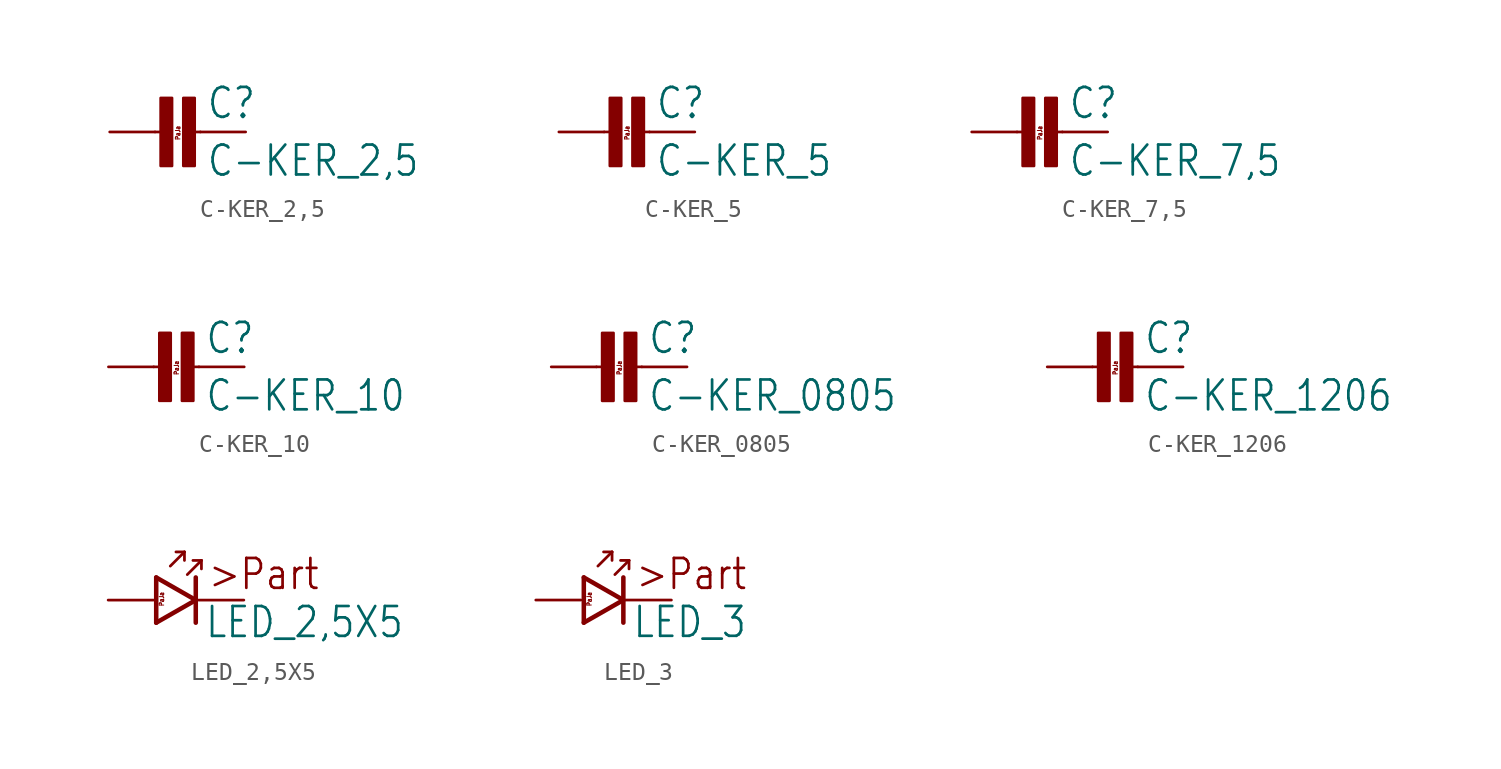
<source format=kicad_sym>
(kicad_symbol_lib
  (version 20211014)
  (generator kicad_symbol_editor)
  (symbol "C-KER_2,5"
    (property "Reference" "C"
      (at 0.318 0.635 0)
      (effects (font (size 1.676 1.425)) (justify left bottom)))
    (property "Value" "C-KER_2,5"
      (at 0.318 -0.635 0)
      (effects (font (size 1.676 1.425)) (justify left top)))
    (property "ki_locked" ""
      (at 0 0 0)
      (effects (font (size 1.27 1.27))))
    (symbol "C-KER_2,5_1_0"
      (rectangle (start -2.223 -1.905) (end -1.587 1.905) (stroke (width 0) (type default) (color 0 0 0 0)) (fill (type outline)))
      (rectangle (start -0.953 -1.905) (end -0.318 1.905) (stroke (width 0) (type default) (color 0 0 0 0)) (fill (type outline)))
      (polyline (pts (xy -2.54 0) (xy -2.064 0)) (stroke (width 0.152) (type default) (color 0 0 0 0)) (fill (type none)))
      (polyline (pts (xy -0.476 0) (xy 0 0)) (stroke (width 0.152) (type default) (color 0 0 0 0)) (fill (type none)))
      (text "PaJa" (at -1.111 -0.479 900) (effects (font (size 0.254 0.216)) (justify left bottom)))
      (pin passive line (at -5.08 0 0) (length 2.54) (name "1" (effects (font (size 0 0)))) (number "1" (effects (font (size 0 0)))))
      (pin passive line (at 2.54 0 180) (length 2.54) (name "2" (effects (font (size 0 0)))) (number "2" (effects (font (size 0 0)))))))
  (symbol "C-KER_5"
    (property "Reference" "C"
      (at 0.318 0.635 0)
      (effects (font (size 1.676 1.425)) (justify left bottom)))
    (property "Value" "C-KER_5"
      (at 0.318 -0.635 0)
      (effects (font (size 1.676 1.425)) (justify left top)))
    (property "ki_locked" ""
      (at 0 0 0)
      (effects (font (size 1.27 1.27))))
    (symbol "C-KER_5_1_0"
      (rectangle (start -2.223 -1.905) (end -1.587 1.905) (stroke (width 0) (type default) (color 0 0 0 0)) (fill (type outline)))
      (rectangle (start -0.953 -1.905) (end -0.318 1.905) (stroke (width 0) (type default) (color 0 0 0 0)) (fill (type outline)))
      (polyline (pts (xy -2.54 0) (xy -2.064 0)) (stroke (width 0.152) (type default) (color 0 0 0 0)) (fill (type none)))
      (polyline (pts (xy -0.476 0) (xy 0 0)) (stroke (width 0.152) (type default) (color 0 0 0 0)) (fill (type none)))
      (text "PaJa" (at -1.111 -0.479 900) (effects (font (size 0.254 0.216)) (justify left bottom)))
      (pin passive line (at -5.08 0 0) (length 2.54) (name "1" (effects (font (size 0 0)))) (number "1" (effects (font (size 0 0)))))
      (pin passive line (at 2.54 0 180) (length 2.54) (name "2" (effects (font (size 0 0)))) (number "2" (effects (font (size 0 0)))))))
  (symbol "C-KER_7,5"
    (property "Reference" "C"
      (at 0.318 0.635 0)
      (effects (font (size 1.676 1.425)) (justify left bottom)))
    (property "Value" "C-KER_7,5"
      (at 0.318 -0.635 0)
      (effects (font (size 1.676 1.425)) (justify left top)))
    (property "ki_locked" ""
      (at 0 0 0)
      (effects (font (size 1.27 1.27))))
    (symbol "C-KER_7,5_1_0"
      (rectangle (start -2.223 -1.905) (end -1.587 1.905) (stroke (width 0) (type default) (color 0 0 0 0)) (fill (type outline)))
      (rectangle (start -0.953 -1.905) (end -0.318 1.905) (stroke (width 0) (type default) (color 0 0 0 0)) (fill (type outline)))
      (polyline (pts (xy -2.54 0) (xy -2.064 0)) (stroke (width 0.152) (type default) (color 0 0 0 0)) (fill (type none)))
      (polyline (pts (xy -0.476 0) (xy 0 0)) (stroke (width 0.152) (type default) (color 0 0 0 0)) (fill (type none)))
      (text "PaJa" (at -1.111 -0.479 900) (effects (font (size 0.254 0.216)) (justify left bottom)))
      (pin passive line (at -5.08 0 0) (length 2.54) (name "1" (effects (font (size 0 0)))) (number "1" (effects (font (size 0 0)))))
      (pin passive line (at 2.54 0 180) (length 2.54) (name "2" (effects (font (size 0 0)))) (number "2" (effects (font (size 0 0)))))))
  (symbol "C-KER_10"
    (property "Reference" "C"
      (at 0.318 0.635 0)
      (effects (font (size 1.676 1.425)) (justify left bottom)))
    (property "Value" "C-KER_10"
      (at 0.318 -0.635 0)
      (effects (font (size 1.676 1.425)) (justify left top)))
    (property "ki_locked" ""
      (at 0 0 0)
      (effects (font (size 1.27 1.27))))
    (symbol "C-KER_10_1_0"
      (rectangle (start -2.223 -1.905) (end -1.587 1.905) (stroke (width 0) (type default) (color 0 0 0 0)) (fill (type outline)))
      (rectangle (start -0.953 -1.905) (end -0.318 1.905) (stroke (width 0) (type default) (color 0 0 0 0)) (fill (type outline)))
      (polyline (pts (xy -2.54 0) (xy -2.064 0)) (stroke (width 0.152) (type default) (color 0 0 0 0)) (fill (type none)))
      (polyline (pts (xy -0.476 0) (xy 0 0)) (stroke (width 0.152) (type default) (color 0 0 0 0)) (fill (type none)))
      (text "PaJa" (at -1.111 -0.479 900) (effects (font (size 0.254 0.216)) (justify left bottom)))
      (pin passive line (at -5.08 0 0) (length 2.54) (name "1" (effects (font (size 0 0)))) (number "1" (effects (font (size 0 0)))))
      (pin passive line (at 2.54 0 180) (length 2.54) (name "2" (effects (font (size 0 0)))) (number "2" (effects (font (size 0 0)))))))
  (symbol "C-KER_0805"
    (property "Reference" "C"
      (at 0.318 0.635 0)
      (effects (font (size 1.676 1.425)) (justify left bottom)))
    (property "Value" "C-KER_0805"
      (at 0.318 -0.635 0)
      (effects (font (size 1.676 1.425)) (justify left top)))
    (property "ki_locked" ""
      (at 0 0 0)
      (effects (font (size 1.27 1.27))))
    (symbol "C-KER_0805_1_0"
      (rectangle (start -2.223 -1.905) (end -1.587 1.905) (stroke (width 0) (type default) (color 0 0 0 0)) (fill (type outline)))
      (rectangle (start -0.953 -1.905) (end -0.318 1.905) (stroke (width 0) (type default) (color 0 0 0 0)) (fill (type outline)))
      (polyline (pts (xy -2.54 0) (xy -2.064 0)) (stroke (width 0.152) (type default) (color 0 0 0 0)) (fill (type none)))
      (polyline (pts (xy -0.476 0) (xy 0 0)) (stroke (width 0.152) (type default) (color 0 0 0 0)) (fill (type none)))
      (text "PaJa" (at -1.111 -0.479 900) (effects (font (size 0.254 0.216)) (justify left bottom)))
      (pin passive line (at -5.08 0 0) (length 2.54) (name "1" (effects (font (size 0 0)))) (number "1" (effects (font (size 0 0)))))
      (pin passive line (at 2.54 0 180) (length 2.54) (name "2" (effects (font (size 0 0)))) (number "2" (effects (font (size 0 0)))))))
  (symbol "C-KER_1206"
    (property "Reference" "C"
      (at 0.318 0.635 0)
      (effects (font (size 1.676 1.425)) (justify left bottom)))
    (property "Value" "C-KER_1206"
      (at 0.318 -0.635 0)
      (effects (font (size 1.676 1.425)) (justify left top)))
    (property "ki_locked" ""
      (at 0 0 0)
      (effects (font (size 1.27 1.27))))
    (symbol "C-KER_1206_1_0"
      (rectangle (start -2.223 -1.905) (end -1.587 1.905) (stroke (width 0) (type default) (color 0 0 0 0)) (fill (type outline)))
      (rectangle (start -0.953 -1.905) (end -0.318 1.905) (stroke (width 0) (type default) (color 0 0 0 0)) (fill (type outline)))
      (polyline (pts (xy -2.54 0) (xy -2.064 0)) (stroke (width 0.152) (type default) (color 0 0 0 0)) (fill (type none)))
      (polyline (pts (xy -0.476 0) (xy 0 0)) (stroke (width 0.152) (type default) (color 0 0 0 0)) (fill (type none)))
      (text "PaJa" (at -1.111 -0.479 900) (effects (font (size 0.254 0.216)) (justify left bottom)))
      (pin passive line (at -5.08 0 0) (length 2.54) (name "1" (effects (font (size 0 0)))) (number "1" (effects (font (size 0 0)))))
      (pin passive line (at 2.54 0 180) (length 2.54) (name "2" (effects (font (size 0 0)))) (number "2" (effects (font (size 0 0)))))))
  (symbol "LED_2,5X5"
    (property "Reference" "D"
      (at 0 0 0)
      (effects (font (size 1.27 1.27)) hide))
    (property "Value" "LED_2,5X5"
      (at 2.857 -2.222 0)
      (effects (font (size 1.676 1.425)) (justify left bottom)))
    (property "ki_locked" ""
      (at 0 0 0)
      (effects (font (size 1.27 1.27))))
    (symbol "LED_2,5X5_1_0"
      (polyline (pts (xy 0.159 -1.27) (xy 0.159 1.27)) (stroke (width 0.254) (type default) (color 0 0 0 0)) (fill (type none)))
      (polyline (pts (xy 0.159 1.27) (xy 2.381 0)) (stroke (width 0.254) (type default) (color 0 0 0 0)) (fill (type none)))
      (polyline (pts (xy 0.95 1.909) (xy 1.745 2.704)) (stroke (width 0.155) (type default) (color 0 0 0 0)) (fill (type none)))
      (polyline (pts (xy 1.745 2.704) (xy 1.268 2.704)) (stroke (width 0.155) (type default) (color 0 0 0 0)) (fill (type none)))
      (polyline (pts (xy 1.745 2.704) (xy 1.745 2.227)) (stroke (width 0.155) (type default) (color 0 0 0 0)) (fill (type none)))
      (polyline (pts (xy 1.904 1.431) (xy 2.699 2.227)) (stroke (width 0.155) (type default) (color 0 0 0 0)) (fill (type none)))
      (polyline (pts (xy 2.381 0) (xy 0.159 -1.27)) (stroke (width 0.254) (type default) (color 0 0 0 0)) (fill (type none)))
      (polyline (pts (xy 2.381 0) (xy 2.381 -1.27)) (stroke (width 0.254) (type default) (color 0 0 0 0)) (fill (type none)))
      (polyline (pts (xy 2.381 1.27) (xy 2.381 0)) (stroke (width 0.254) (type default) (color 0 0 0 0)) (fill (type none)))
      (polyline (pts (xy 2.699 2.227) (xy 2.222 2.227)) (stroke (width 0.155) (type default) (color 0 0 0 0)) (fill (type none)))
      (polyline (pts (xy 2.699 2.227) (xy 2.699 1.75)) (stroke (width 0.155) (type default) (color 0 0 0 0)) (fill (type none)))
      (text ">Part" (at 3.016 0.476 0) (effects (font (size 1.676 1.425)) (justify left bottom)))
      (text "PaJa" (at 0.317 0.476 900) (effects (font (size 0.254 0.216)) (justify right top)))
      (pin passive line (at -2.54 0 0) (length 2.54) (name "A" (effects (font (size 0 0)))) (number "A" (effects (font (size 0 0)))))
      (pin passive line (at 5.08 0 180) (length 2.54) (name "K" (effects (font (size 0 0)))) (number "K" (effects (font (size 0 0)))))))
  (symbol "LED_3"
    (property "Reference" "D"
      (at 0 0 0)
      (effects (font (size 1.27 1.27)) hide))
    (property "Value" "LED_3"
      (at 2.857 -2.222 0)
      (effects (font (size 1.676 1.425)) (justify left bottom)))
    (property "ki_locked" ""
      (at 0 0 0)
      (effects (font (size 1.27 1.27))))
    (symbol "LED_3_1_0"
      (polyline (pts (xy 0.159 -1.27) (xy 0.159 1.27)) (stroke (width 0.254) (type default) (color 0 0 0 0)) (fill (type none)))
      (polyline (pts (xy 0.159 1.27) (xy 2.381 0)) (stroke (width 0.254) (type default) (color 0 0 0 0)) (fill (type none)))
      (polyline (pts (xy 0.95 1.909) (xy 1.745 2.704)) (stroke (width 0.155) (type default) (color 0 0 0 0)) (fill (type none)))
      (polyline (pts (xy 1.745 2.704) (xy 1.268 2.704)) (stroke (width 0.155) (type default) (color 0 0 0 0)) (fill (type none)))
      (polyline (pts (xy 1.745 2.704) (xy 1.745 2.227)) (stroke (width 0.155) (type default) (color 0 0 0 0)) (fill (type none)))
      (polyline (pts (xy 1.904 1.431) (xy 2.699 2.227)) (stroke (width 0.155) (type default) (color 0 0 0 0)) (fill (type none)))
      (polyline (pts (xy 2.381 0) (xy 0.159 -1.27)) (stroke (width 0.254) (type default) (color 0 0 0 0)) (fill (type none)))
      (polyline (pts (xy 2.381 0) (xy 2.381 -1.27)) (stroke (width 0.254) (type default) (color 0 0 0 0)) (fill (type none)))
      (polyline (pts (xy 2.381 1.27) (xy 2.381 0)) (stroke (width 0.254) (type default) (color 0 0 0 0)) (fill (type none)))
      (polyline (pts (xy 2.699 2.227) (xy 2.222 2.227)) (stroke (width 0.155) (type default) (color 0 0 0 0)) (fill (type none)))
      (polyline (pts (xy 2.699 2.227) (xy 2.699 1.75)) (stroke (width 0.155) (type default) (color 0 0 0 0)) (fill (type none)))
      (text ">Part" (at 3.016 0.476 0) (effects (font (size 1.676 1.425)) (justify left bottom)))
      (text "PaJa" (at 0.317 0.476 900) (effects (font (size 0.254 0.216)) (justify right top)))
      (pin passive line (at -2.54 0 0) (length 2.54) (name "A" (effects (font (size 0 0)))) (number "A" (effects (font (size 0 0)))))
      (pin passive line (at 5.08 0 180) (length 2.54) (name "K" (effects (font (size 0 0)))) (number "K" (effects (font (size 0 0))))))))
</source>
